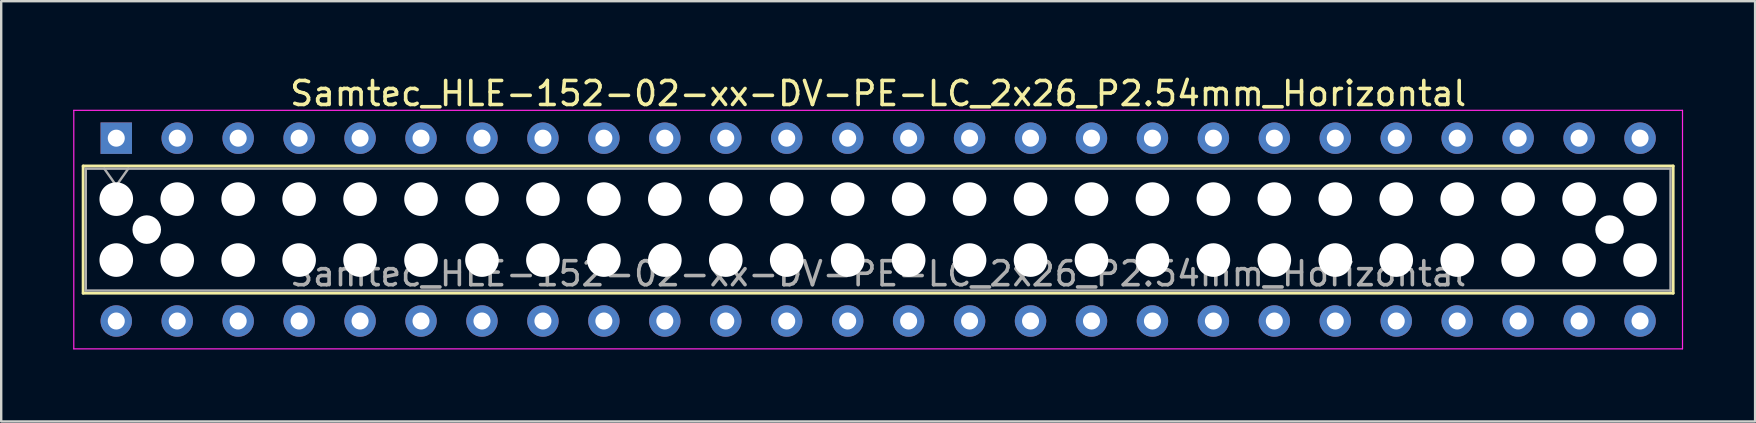
<source format=kicad_pcb>
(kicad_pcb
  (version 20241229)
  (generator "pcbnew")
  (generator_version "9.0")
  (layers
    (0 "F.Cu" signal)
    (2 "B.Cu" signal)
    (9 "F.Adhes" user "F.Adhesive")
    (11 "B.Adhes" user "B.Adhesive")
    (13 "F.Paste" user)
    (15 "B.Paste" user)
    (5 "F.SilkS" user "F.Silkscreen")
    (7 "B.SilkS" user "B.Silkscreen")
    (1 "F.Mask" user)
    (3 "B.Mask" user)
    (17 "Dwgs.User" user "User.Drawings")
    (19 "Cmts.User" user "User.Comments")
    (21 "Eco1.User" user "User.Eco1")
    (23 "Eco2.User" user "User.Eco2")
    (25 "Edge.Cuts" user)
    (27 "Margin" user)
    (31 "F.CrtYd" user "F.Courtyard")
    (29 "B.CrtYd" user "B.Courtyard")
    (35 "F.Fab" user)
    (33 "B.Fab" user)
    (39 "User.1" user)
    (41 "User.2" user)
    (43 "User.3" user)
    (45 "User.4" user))
  (footprint "Samtec_HLE-152-02-xx-DV-PE-LC_2x26_P2.54mm_Horizontal"
    (layer "F.Cu")
    (at 1.795 2.708)
    (property "Reference" "Samtec_HLE-152-02-xx-DV-PE-LC_2x26_P2.54mm_Horizontal" (at 31.75 -1.86 0) (layer "F.SilkS") (effects (font (size 1 1) (thickness 0.15))))
    (attr through_hole)
    (fp_line (start -1.38 1.16) (end 64.88 1.16) (stroke (width 0.12) (type solid)) (layer "F.SilkS"))
    (fp_line (start -1.38 6.46) (end -1.38 1.16) (stroke (width 0.12) (type solid)) (layer "F.SilkS"))
    (fp_line (start 64.88 1.16) (end 64.88 6.46) (stroke (width 0.12) (type solid)) (layer "F.SilkS"))
    (fp_line (start 64.88 6.46) (end -1.38 6.46) (stroke (width 0.12) (type solid)) (layer "F.SilkS"))
    (fp_line (start -1.77 -1.16) (end 65.27 -1.16) (stroke (width 0.05) (type solid)) (layer "F.CrtYd"))
    (fp_line (start -1.77 8.78) (end -1.77 -1.16) (stroke (width 0.05) (type solid)) (layer "F.CrtYd"))
    (fp_line (start 65.27 -1.16) (end 65.27 8.78) (stroke (width 0.05) (type solid)) (layer "F.CrtYd"))
    (fp_line (start 65.27 8.78) (end -1.77 8.78) (stroke (width 0.05) (type solid)) (layer "F.CrtYd"))
    (fp_line (start -1.27 1.27) (end 64.77 1.27) (stroke (width 0.1) (type solid)) (layer "F.Fab"))
    (fp_line (start -1.27 6.35) (end -1.27 1.27) (stroke (width 0.1) (type solid)) (layer "F.Fab"))
    (fp_line (start -0.5 1.27) (end 0 1.977) (stroke (width 0.1) (type solid)) (layer "F.Fab"))
    (fp_line (start 0 1.977) (end 0.5 1.27) (stroke (width 0.1) (type solid)) (layer "F.Fab"))
    (fp_line (start 64.77 1.27) (end 64.77 6.35) (stroke (width 0.1) (type solid)) (layer "F.Fab"))
    (fp_line (start 64.77 6.35) (end -1.27 6.35) (stroke (width 0.1) (type solid)) (layer "F.Fab"))
    (fp_text user "${REFERENCE}" (at 31.75 5.65 0) (layer "F.Fab") (effects (font (size 1 1) (thickness 0.15))))
    (pad "" np_thru_hole circle (at 0 2.54) (size 1.4 1.4) (drill 1.4) (layers "*.Cu" "*.Mask"))
    (pad "" np_thru_hole circle (at 0 5.08) (size 1.4 1.4) (drill 1.4) (layers "*.Cu" "*.Mask"))
    (pad "" np_thru_hole circle (at 1.27 3.81) (size 1.19 1.19) (drill 1.19) (layers "*.Cu" "*.Mask"))
    (pad "" np_thru_hole circle (at 2.54 2.54) (size 1.4 1.4) (drill 1.4) (layers "*.Cu" "*.Mask"))
    (pad "" np_thru_hole circle (at 2.54 5.08) (size 1.4 1.4) (drill 1.4) (layers "*.Cu" "*.Mask"))
    (pad "" np_thru_hole circle (at 5.08 2.54) (size 1.4 1.4) (drill 1.4) (layers "*.Cu" "*.Mask"))
    (pad "" np_thru_hole circle (at 5.08 5.08) (size 1.4 1.4) (drill 1.4) (layers "*.Cu" "*.Mask"))
    (pad "" np_thru_hole circle (at 7.62 2.54) (size 1.4 1.4) (drill 1.4) (layers "*.Cu" "*.Mask"))
    (pad "" np_thru_hole circle (at 7.62 5.08) (size 1.4 1.4) (drill 1.4) (layers "*.Cu" "*.Mask"))
    (pad "" np_thru_hole circle (at 10.16 2.54) (size 1.4 1.4) (drill 1.4) (layers "*.Cu" "*.Mask"))
    (pad "" np_thru_hole circle (at 10.16 5.08) (size 1.4 1.4) (drill 1.4) (layers "*.Cu" "*.Mask"))
    (pad "" np_thru_hole circle (at 12.7 2.54) (size 1.4 1.4) (drill 1.4) (layers "*.Cu" "*.Mask"))
    (pad "" np_thru_hole circle (at 12.7 5.08) (size 1.4 1.4) (drill 1.4) (layers "*.Cu" "*.Mask"))
    (pad "" np_thru_hole circle (at 15.24 2.54) (size 1.4 1.4) (drill 1.4) (layers "*.Cu" "*.Mask"))
    (pad "" np_thru_hole circle (at 15.24 5.08) (size 1.4 1.4) (drill 1.4) (layers "*.Cu" "*.Mask"))
    (pad "" np_thru_hole circle (at 17.78 2.54) (size 1.4 1.4) (drill 1.4) (layers "*.Cu" "*.Mask"))
    (pad "" np_thru_hole circle (at 17.78 5.08) (size 1.4 1.4) (drill 1.4) (layers "*.Cu" "*.Mask"))
    (pad "" np_thru_hole circle (at 20.32 2.54) (size 1.4 1.4) (drill 1.4) (layers "*.Cu" "*.Mask"))
    (pad "" np_thru_hole circle (at 20.32 5.08) (size 1.4 1.4) (drill 1.4) (layers "*.Cu" "*.Mask"))
    (pad "" np_thru_hole circle (at 22.86 2.54) (size 1.4 1.4) (drill 1.4) (layers "*.Cu" "*.Mask"))
    (pad "" np_thru_hole circle (at 22.86 5.08) (size 1.4 1.4) (drill 1.4) (layers "*.Cu" "*.Mask"))
    (pad "" np_thru_hole circle (at 25.4 2.54) (size 1.4 1.4) (drill 1.4) (layers "*.Cu" "*.Mask"))
    (pad "" np_thru_hole circle (at 25.4 5.08) (size 1.4 1.4) (drill 1.4) (layers "*.Cu" "*.Mask"))
    (pad "" np_thru_hole circle (at 27.94 2.54) (size 1.4 1.4) (drill 1.4) (layers "*.Cu" "*.Mask"))
    (pad "" np_thru_hole circle (at 27.94 5.08) (size 1.4 1.4) (drill 1.4) (layers "*.Cu" "*.Mask"))
    (pad "" np_thru_hole circle (at 30.48 2.54) (size 1.4 1.4) (drill 1.4) (layers "*.Cu" "*.Mask"))
    (pad "" np_thru_hole circle (at 30.48 5.08) (size 1.4 1.4) (drill 1.4) (layers "*.Cu" "*.Mask"))
    (pad "" np_thru_hole circle (at 33.02 2.54) (size 1.4 1.4) (drill 1.4) (layers "*.Cu" "*.Mask"))
    (pad "" np_thru_hole circle (at 33.02 5.08) (size 1.4 1.4) (drill 1.4) (layers "*.Cu" "*.Mask"))
    (pad "" np_thru_hole circle (at 35.56 2.54) (size 1.4 1.4) (drill 1.4) (layers "*.Cu" "*.Mask"))
    (pad "" np_thru_hole circle (at 35.56 5.08) (size 1.4 1.4) (drill 1.4) (layers "*.Cu" "*.Mask"))
    (pad "" np_thru_hole circle (at 38.1 2.54) (size 1.4 1.4) (drill 1.4) (layers "*.Cu" "*.Mask"))
    (pad "" np_thru_hole circle (at 38.1 5.08) (size 1.4 1.4) (drill 1.4) (layers "*.Cu" "*.Mask"))
    (pad "" np_thru_hole circle (at 40.64 2.54) (size 1.4 1.4) (drill 1.4) (layers "*.Cu" "*.Mask"))
    (pad "" np_thru_hole circle (at 40.64 5.08) (size 1.4 1.4) (drill 1.4) (layers "*.Cu" "*.Mask"))
    (pad "" np_thru_hole circle (at 43.18 2.54) (size 1.4 1.4) (drill 1.4) (layers "*.Cu" "*.Mask"))
    (pad "" np_thru_hole circle (at 43.18 5.08) (size 1.4 1.4) (drill 1.4) (layers "*.Cu" "*.Mask"))
    (pad "" np_thru_hole circle (at 45.72 2.54) (size 1.4 1.4) (drill 1.4) (layers "*.Cu" "*.Mask"))
    (pad "" np_thru_hole circle (at 45.72 5.08) (size 1.4 1.4) (drill 1.4) (layers "*.Cu" "*.Mask"))
    (pad "" np_thru_hole circle (at 48.26 2.54) (size 1.4 1.4) (drill 1.4) (layers "*.Cu" "*.Mask"))
    (pad "" np_thru_hole circle (at 48.26 5.08) (size 1.4 1.4) (drill 1.4) (layers "*.Cu" "*.Mask"))
    (pad "" np_thru_hole circle (at 50.8 2.54) (size 1.4 1.4) (drill 1.4) (layers "*.Cu" "*.Mask"))
    (pad "" np_thru_hole circle (at 50.8 5.08) (size 1.4 1.4) (drill 1.4) (layers "*.Cu" "*.Mask"))
    (pad "" np_thru_hole circle (at 53.34 2.54) (size 1.4 1.4) (drill 1.4) (layers "*.Cu" "*.Mask"))
    (pad "" np_thru_hole circle (at 53.34 5.08) (size 1.4 1.4) (drill 1.4) (layers "*.Cu" "*.Mask"))
    (pad "" np_thru_hole circle (at 55.88 2.54) (size 1.4 1.4) (drill 1.4) (layers "*.Cu" "*.Mask"))
    (pad "" np_thru_hole circle (at 55.88 5.08) (size 1.4 1.4) (drill 1.4) (layers "*.Cu" "*.Mask"))
    (pad "" np_thru_hole circle (at 58.42 2.54) (size 1.4 1.4) (drill 1.4) (layers "*.Cu" "*.Mask"))
    (pad "" np_thru_hole circle (at 58.42 5.08) (size 1.4 1.4) (drill 1.4) (layers "*.Cu" "*.Mask"))
    (pad "" np_thru_hole circle (at 60.96 2.54) (size 1.4 1.4) (drill 1.4) (layers "*.Cu" "*.Mask"))
    (pad "" np_thru_hole circle (at 60.96 5.08) (size 1.4 1.4) (drill 1.4) (layers "*.Cu" "*.Mask"))
    (pad "" np_thru_hole circle (at 62.23 3.81) (size 1.19 1.19) (drill 1.19) (layers "*.Cu" "*.Mask"))
    (pad "" np_thru_hole circle (at 63.5 2.54) (size 1.4 1.4) (drill 1.4) (layers "*.Cu" "*.Mask"))
    (pad "" np_thru_hole circle (at 63.5 5.08) (size 1.4 1.4) (drill 1.4) (layers "*.Cu" "*.Mask"))
    (pad "1" thru_hole rect (at 0 0) (size 1.31 1.31) (drill 0.71) (layers "*.Cu" "*.Mask"))
    (pad "2" thru_hole circle (at 0 7.62) (size 1.31 1.31) (drill 0.71) (layers "*.Cu" "*.Mask"))
    (pad "3" thru_hole circle (at 2.54 0) (size 1.31 1.31) (drill 0.71) (layers "*.Cu" "*.Mask"))
    (pad "4" thru_hole circle (at 2.54 7.62) (size 1.31 1.31) (drill 0.71) (layers "*.Cu" "*.Mask"))
    (pad "5" thru_hole circle (at 5.08 0) (size 1.31 1.31) (drill 0.71) (layers "*.Cu" "*.Mask"))
    (pad "6" thru_hole circle (at 5.08 7.62) (size 1.31 1.31) (drill 0.71) (layers "*.Cu" "*.Mask"))
    (pad "7" thru_hole circle (at 7.62 0) (size 1.31 1.31) (drill 0.71) (layers "*.Cu" "*.Mask"))
    (pad "8" thru_hole circle (at 7.62 7.62) (size 1.31 1.31) (drill 0.71) (layers "*.Cu" "*.Mask"))
    (pad "9" thru_hole circle (at 10.16 0) (size 1.31 1.31) (drill 0.71) (layers "*.Cu" "*.Mask"))
    (pad "10" thru_hole circle (at 10.16 7.62) (size 1.31 1.31) (drill 0.71) (layers "*.Cu" "*.Mask"))
    (pad "11" thru_hole circle (at 12.7 0) (size 1.31 1.31) (drill 0.71) (layers "*.Cu" "*.Mask"))
    (pad "12" thru_hole circle (at 12.7 7.62) (size 1.31 1.31) (drill 0.71) (layers "*.Cu" "*.Mask"))
    (pad "13" thru_hole circle (at 15.24 0) (size 1.31 1.31) (drill 0.71) (layers "*.Cu" "*.Mask"))
    (pad "14" thru_hole circle (at 15.24 7.62) (size 1.31 1.31) (drill 0.71) (layers "*.Cu" "*.Mask"))
    (pad "15" thru_hole circle (at 17.78 0) (size 1.31 1.31) (drill 0.71) (layers "*.Cu" "*.Mask"))
    (pad "16" thru_hole circle (at 17.78 7.62) (size 1.31 1.31) (drill 0.71) (layers "*.Cu" "*.Mask"))
    (pad "17" thru_hole circle (at 20.32 0) (size 1.31 1.31) (drill 0.71) (layers "*.Cu" "*.Mask"))
    (pad "18" thru_hole circle (at 20.32 7.62) (size 1.31 1.31) (drill 0.71) (layers "*.Cu" "*.Mask"))
    (pad "19" thru_hole circle (at 22.86 0) (size 1.31 1.31) (drill 0.71) (layers "*.Cu" "*.Mask"))
    (pad "20" thru_hole circle (at 22.86 7.62) (size 1.31 1.31) (drill 0.71) (layers "*.Cu" "*.Mask"))
    (pad "21" thru_hole circle (at 25.4 0) (size 1.31 1.31) (drill 0.71) (layers "*.Cu" "*.Mask"))
    (pad "22" thru_hole circle (at 25.4 7.62) (size 1.31 1.31) (drill 0.71) (layers "*.Cu" "*.Mask"))
    (pad "23" thru_hole circle (at 27.94 0) (size 1.31 1.31) (drill 0.71) (layers "*.Cu" "*.Mask"))
    (pad "24" thru_hole circle (at 27.94 7.62) (size 1.31 1.31) (drill 0.71) (layers "*.Cu" "*.Mask"))
    (pad "25" thru_hole circle (at 30.48 0) (size 1.31 1.31) (drill 0.71) (layers "*.Cu" "*.Mask"))
    (pad "26" thru_hole circle (at 30.48 7.62) (size 1.31 1.31) (drill 0.71) (layers "*.Cu" "*.Mask"))
    (pad "27" thru_hole circle (at 33.02 0) (size 1.31 1.31) (drill 0.71) (layers "*.Cu" "*.Mask"))
    (pad "28" thru_hole circle (at 33.02 7.62) (size 1.31 1.31) (drill 0.71) (layers "*.Cu" "*.Mask"))
    (pad "29" thru_hole circle (at 35.56 0) (size 1.31 1.31) (drill 0.71) (layers "*.Cu" "*.Mask"))
    (pad "30" thru_hole circle (at 35.56 7.62) (size 1.31 1.31) (drill 0.71) (layers "*.Cu" "*.Mask"))
    (pad "31" thru_hole circle (at 38.1 0) (size 1.31 1.31) (drill 0.71) (layers "*.Cu" "*.Mask"))
    (pad "32" thru_hole circle (at 38.1 7.62) (size 1.31 1.31) (drill 0.71) (layers "*.Cu" "*.Mask"))
    (pad "33" thru_hole circle (at 40.64 0) (size 1.31 1.31) (drill 0.71) (layers "*.Cu" "*.Mask"))
    (pad "34" thru_hole circle (at 40.64 7.62) (size 1.31 1.31) (drill 0.71) (layers "*.Cu" "*.Mask"))
    (pad "35" thru_hole circle (at 43.18 0) (size 1.31 1.31) (drill 0.71) (layers "*.Cu" "*.Mask"))
    (pad "36" thru_hole circle (at 43.18 7.62) (size 1.31 1.31) (drill 0.71) (layers "*.Cu" "*.Mask"))
    (pad "37" thru_hole circle (at 45.72 0) (size 1.31 1.31) (drill 0.71) (layers "*.Cu" "*.Mask"))
    (pad "38" thru_hole circle (at 45.72 7.62) (size 1.31 1.31) (drill 0.71) (layers "*.Cu" "*.Mask"))
    (pad "39" thru_hole circle (at 48.26 0) (size 1.31 1.31) (drill 0.71) (layers "*.Cu" "*.Mask"))
    (pad "40" thru_hole circle (at 48.26 7.62) (size 1.31 1.31) (drill 0.71) (layers "*.Cu" "*.Mask"))
    (pad "41" thru_hole circle (at 50.8 0) (size 1.31 1.31) (drill 0.71) (layers "*.Cu" "*.Mask"))
    (pad "42" thru_hole circle (at 50.8 7.62) (size 1.31 1.31) (drill 0.71) (layers "*.Cu" "*.Mask"))
    (pad "43" thru_hole circle (at 53.34 0) (size 1.31 1.31) (drill 0.71) (layers "*.Cu" "*.Mask"))
    (pad "44" thru_hole circle (at 53.34 7.62) (size 1.31 1.31) (drill 0.71) (layers "*.Cu" "*.Mask"))
    (pad "45" thru_hole circle (at 55.88 0) (size 1.31 1.31) (drill 0.71) (layers "*.Cu" "*.Mask"))
    (pad "46" thru_hole circle (at 55.88 7.62) (size 1.31 1.31) (drill 0.71) (layers "*.Cu" "*.Mask"))
    (pad "47" thru_hole circle (at 58.42 0) (size 1.31 1.31) (drill 0.71) (layers "*.Cu" "*.Mask"))
    (pad "48" thru_hole circle (at 58.42 7.62) (size 1.31 1.31) (drill 0.71) (layers "*.Cu" "*.Mask"))
    (pad "49" thru_hole circle (at 60.96 0) (size 1.31 1.31) (drill 0.71) (layers "*.Cu" "*.Mask"))
    (pad "50" thru_hole circle (at 60.96 7.62) (size 1.31 1.31) (drill 0.71) (layers "*.Cu" "*.Mask"))
    (pad "51" thru_hole circle (at 63.5 0) (size 1.31 1.31) (drill 0.71) (layers "*.Cu" "*.Mask"))
    (pad "52" thru_hole circle (at 63.5 7.62) (size 1.31 1.31) (drill 0.71) (layers "*.Cu" "*.Mask")))
  (gr_rect
    (start -3 -3)
    (end 70.09 14.513)
    (stroke (width 0.1) (type default))
    (fill no)
    (layer "Edge.Cuts")))
</source>
